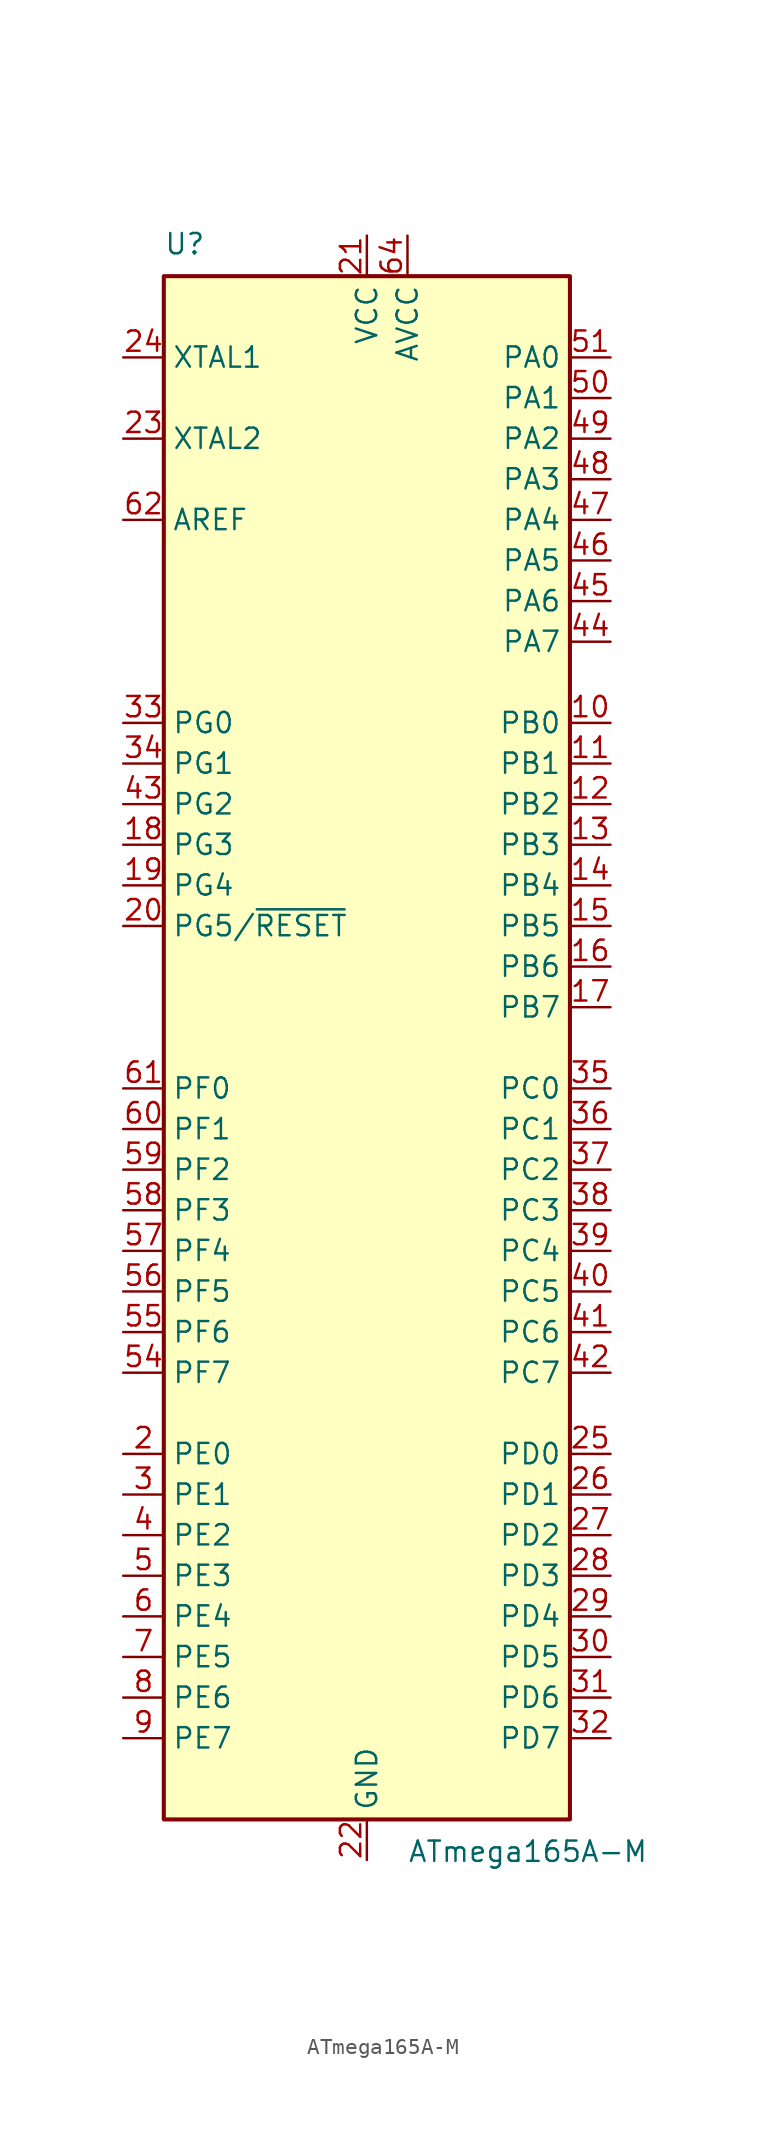
<source format=kicad_sym>
(kicad_symbol_lib
  (version 20201005)
  (generator kicad_symbol_editor)
  (symbol "ATmega165A-M"
    (property "Reference" "U"
      (at -12.7 49.53 0)
      (effects (font (size 1.27 1.27)) (justify left bottom)))
    (property "Value" "ATmega165A-M"
      (at 2.54 -49.53 0)
      (effects (font (size 1.27 1.27)) (justify left top)))
    (symbol "ATmega165A-M_0_1"
      (rectangle (start -12.7 -48.26) (end 12.7 48.26) (stroke (width 0.254)) (fill (type background))))
    (symbol "ATmega165A-M_1_1"
      (pin no_connect line (at -12.7 -45.72 0) (length 2.54) hide (name "NC" (effects (font (size 1.27 1.27)))) (number "1" (effects (font (size 1.27 1.27)))))
      (pin bidirectional line (at 15.24 20.32 180) (length 2.54) (name "PB0" (effects (font (size 1.27 1.27)))) (number "10" (effects (font (size 1.27 1.27)))))
      (pin bidirectional line (at 15.24 17.78 180) (length 2.54) (name "PB1" (effects (font (size 1.27 1.27)))) (number "11" (effects (font (size 1.27 1.27)))))
      (pin bidirectional line (at 15.24 15.24 180) (length 2.54) (name "PB2" (effects (font (size 1.27 1.27)))) (number "12" (effects (font (size 1.27 1.27)))))
      (pin bidirectional line (at 15.24 12.7 180) (length 2.54) (name "PB3" (effects (font (size 1.27 1.27)))) (number "13" (effects (font (size 1.27 1.27)))))
      (pin bidirectional line (at 15.24 10.16 180) (length 2.54) (name "PB4" (effects (font (size 1.27 1.27)))) (number "14" (effects (font (size 1.27 1.27)))))
      (pin bidirectional line (at 15.24 7.62 180) (length 2.54) (name "PB5" (effects (font (size 1.27 1.27)))) (number "15" (effects (font (size 1.27 1.27)))))
      (pin bidirectional line (at 15.24 5.08 180) (length 2.54) (name "PB6" (effects (font (size 1.27 1.27)))) (number "16" (effects (font (size 1.27 1.27)))))
      (pin bidirectional line (at 15.24 2.54 180) (length 2.54) (name "PB7" (effects (font (size 1.27 1.27)))) (number "17" (effects (font (size 1.27 1.27)))))
      (pin bidirectional line (at -15.24 12.7 0) (length 2.54) (name "PG3" (effects (font (size 1.27 1.27)))) (number "18" (effects (font (size 1.27 1.27)))))
      (pin bidirectional line (at -15.24 10.16 0) (length 2.54) (name "PG4" (effects (font (size 1.27 1.27)))) (number "19" (effects (font (size 1.27 1.27)))))
      (pin bidirectional line (at -15.24 -25.4 0) (length 2.54) (name "PE0" (effects (font (size 1.27 1.27)))) (number "2" (effects (font (size 1.27 1.27)))))
      (pin bidirectional line (at -15.24 7.62 0) (length 2.54) (name "PG5/~RESET" (effects (font (size 1.27 1.27)))) (number "20" (effects (font (size 1.27 1.27)))))
      (pin power_in line (at 0 50.8 270) (length 2.54) (name "VCC" (effects (font (size 1.27 1.27)))) (number "21" (effects (font (size 1.27 1.27)))))
      (pin power_in line (at 0 -50.8 90) (length 2.54) (name "GND" (effects (font (size 1.27 1.27)))) (number "22" (effects (font (size 1.27 1.27)))))
      (pin output line (at -15.24 38.1 0) (length 2.54) (name "XTAL2" (effects (font (size 1.27 1.27)))) (number "23" (effects (font (size 1.27 1.27)))))
      (pin input line (at -15.24 43.18 0) (length 2.54) (name "XTAL1" (effects (font (size 1.27 1.27)))) (number "24" (effects (font (size 1.27 1.27)))))
      (pin bidirectional line (at 15.24 -25.4 180) (length 2.54) (name "PD0" (effects (font (size 1.27 1.27)))) (number "25" (effects (font (size 1.27 1.27)))))
      (pin bidirectional line (at 15.24 -27.94 180) (length 2.54) (name "PD1" (effects (font (size 1.27 1.27)))) (number "26" (effects (font (size 1.27 1.27)))))
      (pin bidirectional line (at 15.24 -30.48 180) (length 2.54) (name "PD2" (effects (font (size 1.27 1.27)))) (number "27" (effects (font (size 1.27 1.27)))))
      (pin bidirectional line (at 15.24 -33.02 180) (length 2.54) (name "PD3" (effects (font (size 1.27 1.27)))) (number "28" (effects (font (size 1.27 1.27)))))
      (pin bidirectional line (at 15.24 -35.56 180) (length 2.54) (name "PD4" (effects (font (size 1.27 1.27)))) (number "29" (effects (font (size 1.27 1.27)))))
      (pin bidirectional line (at -15.24 -27.94 0) (length 2.54) (name "PE1" (effects (font (size 1.27 1.27)))) (number "3" (effects (font (size 1.27 1.27)))))
      (pin bidirectional line (at 15.24 -38.1 180) (length 2.54) (name "PD5" (effects (font (size 1.27 1.27)))) (number "30" (effects (font (size 1.27 1.27)))))
      (pin bidirectional line (at 15.24 -40.64 180) (length 2.54) (name "PD6" (effects (font (size 1.27 1.27)))) (number "31" (effects (font (size 1.27 1.27)))))
      (pin bidirectional line (at 15.24 -43.18 180) (length 2.54) (name "PD7" (effects (font (size 1.27 1.27)))) (number "32" (effects (font (size 1.27 1.27)))))
      (pin bidirectional line (at -15.24 20.32 0) (length 2.54) (name "PG0" (effects (font (size 1.27 1.27)))) (number "33" (effects (font (size 1.27 1.27)))))
      (pin bidirectional line (at -15.24 17.78 0) (length 2.54) (name "PG1" (effects (font (size 1.27 1.27)))) (number "34" (effects (font (size 1.27 1.27)))))
      (pin bidirectional line (at 15.24 -2.54 180) (length 2.54) (name "PC0" (effects (font (size 1.27 1.27)))) (number "35" (effects (font (size 1.27 1.27)))))
      (pin bidirectional line (at 15.24 -5.08 180) (length 2.54) (name "PC1" (effects (font (size 1.27 1.27)))) (number "36" (effects (font (size 1.27 1.27)))))
      (pin bidirectional line (at 15.24 -7.62 180) (length 2.54) (name "PC2" (effects (font (size 1.27 1.27)))) (number "37" (effects (font (size 1.27 1.27)))))
      (pin bidirectional line (at 15.24 -10.16 180) (length 2.54) (name "PC3" (effects (font (size 1.27 1.27)))) (number "38" (effects (font (size 1.27 1.27)))))
      (pin bidirectional line (at 15.24 -12.7 180) (length 2.54) (name "PC4" (effects (font (size 1.27 1.27)))) (number "39" (effects (font (size 1.27 1.27)))))
      (pin bidirectional line (at -15.24 -30.48 0) (length 2.54) (name "PE2" (effects (font (size 1.27 1.27)))) (number "4" (effects (font (size 1.27 1.27)))))
      (pin bidirectional line (at 15.24 -15.24 180) (length 2.54) (name "PC5" (effects (font (size 1.27 1.27)))) (number "40" (effects (font (size 1.27 1.27)))))
      (pin bidirectional line (at 15.24 -17.78 180) (length 2.54) (name "PC6" (effects (font (size 1.27 1.27)))) (number "41" (effects (font (size 1.27 1.27)))))
      (pin bidirectional line (at 15.24 -20.32 180) (length 2.54) (name "PC7" (effects (font (size 1.27 1.27)))) (number "42" (effects (font (size 1.27 1.27)))))
      (pin bidirectional line (at -15.24 15.24 0) (length 2.54) (name "PG2" (effects (font (size 1.27 1.27)))) (number "43" (effects (font (size 1.27 1.27)))))
      (pin bidirectional line (at 15.24 25.4 180) (length 2.54) (name "PA7" (effects (font (size 1.27 1.27)))) (number "44" (effects (font (size 1.27 1.27)))))
      (pin bidirectional line (at 15.24 27.94 180) (length 2.54) (name "PA6" (effects (font (size 1.27 1.27)))) (number "45" (effects (font (size 1.27 1.27)))))
      (pin bidirectional line (at 15.24 30.48 180) (length 2.54) (name "PA5" (effects (font (size 1.27 1.27)))) (number "46" (effects (font (size 1.27 1.27)))))
      (pin bidirectional line (at 15.24 33.02 180) (length 2.54) (name "PA4" (effects (font (size 1.27 1.27)))) (number "47" (effects (font (size 1.27 1.27)))))
      (pin bidirectional line (at 15.24 35.56 180) (length 2.54) (name "PA3" (effects (font (size 1.27 1.27)))) (number "48" (effects (font (size 1.27 1.27)))))
      (pin bidirectional line (at 15.24 38.1 180) (length 2.54) (name "PA2" (effects (font (size 1.27 1.27)))) (number "49" (effects (font (size 1.27 1.27)))))
      (pin bidirectional line (at -15.24 -33.02 0) (length 2.54) (name "PE3" (effects (font (size 1.27 1.27)))) (number "5" (effects (font (size 1.27 1.27)))))
      (pin bidirectional line (at 15.24 40.64 180) (length 2.54) (name "PA1" (effects (font (size 1.27 1.27)))) (number "50" (effects (font (size 1.27 1.27)))))
      (pin bidirectional line (at 15.24 43.18 180) (length 2.54) (name "PA0" (effects (font (size 1.27 1.27)))) (number "51" (effects (font (size 1.27 1.27)))))
      (pin passive line (at 0 50.8 270) (length 2.54) hide (name "VCC" (effects (font (size 1.27 1.27)))) (number "52" (effects (font (size 1.27 1.27)))))
      (pin passive line (at 0 -50.8 90) (length 2.54) hide (name "GND" (effects (font (size 1.27 1.27)))) (number "53" (effects (font (size 1.27 1.27)))))
      (pin bidirectional line (at -15.24 -20.32 0) (length 2.54) (name "PF7" (effects (font (size 1.27 1.27)))) (number "54" (effects (font (size 1.27 1.27)))))
      (pin bidirectional line (at -15.24 -17.78 0) (length 2.54) (name "PF6" (effects (font (size 1.27 1.27)))) (number "55" (effects (font (size 1.27 1.27)))))
      (pin bidirectional line (at -15.24 -15.24 0) (length 2.54) (name "PF5" (effects (font (size 1.27 1.27)))) (number "56" (effects (font (size 1.27 1.27)))))
      (pin bidirectional line (at -15.24 -12.7 0) (length 2.54) (name "PF4" (effects (font (size 1.27 1.27)))) (number "57" (effects (font (size 1.27 1.27)))))
      (pin bidirectional line (at -15.24 -10.16 0) (length 2.54) (name "PF3" (effects (font (size 1.27 1.27)))) (number "58" (effects (font (size 1.27 1.27)))))
      (pin bidirectional line (at -15.24 -7.62 0) (length 2.54) (name "PF2" (effects (font (size 1.27 1.27)))) (number "59" (effects (font (size 1.27 1.27)))))
      (pin bidirectional line (at -15.24 -35.56 0) (length 2.54) (name "PE4" (effects (font (size 1.27 1.27)))) (number "6" (effects (font (size 1.27 1.27)))))
      (pin bidirectional line (at -15.24 -5.08 0) (length 2.54) (name "PF1" (effects (font (size 1.27 1.27)))) (number "60" (effects (font (size 1.27 1.27)))))
      (pin bidirectional line (at -15.24 -2.54 0) (length 2.54) (name "PF0" (effects (font (size 1.27 1.27)))) (number "61" (effects (font (size 1.27 1.27)))))
      (pin passive line (at -15.24 33.02 0) (length 2.54) (name "AREF" (effects (font (size 1.27 1.27)))) (number "62" (effects (font (size 1.27 1.27)))))
      (pin passive line (at 0 -50.8 90) (length 2.54) hide (name "GND" (effects (font (size 1.27 1.27)))) (number "63" (effects (font (size 1.27 1.27)))))
      (pin power_in line (at 2.54 50.8 270) (length 2.54) (name "AVCC" (effects (font (size 1.27 1.27)))) (number "64" (effects (font (size 1.27 1.27)))))
      (pin passive line (at 0 -50.8 90) (length 2.54) hide (name "GND" (effects (font (size 1.27 1.27)))) (number "65" (effects (font (size 1.27 1.27)))))
      (pin bidirectional line (at -15.24 -38.1 0) (length 2.54) (name "PE5" (effects (font (size 1.27 1.27)))) (number "7" (effects (font (size 1.27 1.27)))))
      (pin bidirectional line (at -15.24 -40.64 0) (length 2.54) (name "PE6" (effects (font (size 1.27 1.27)))) (number "8" (effects (font (size 1.27 1.27)))))
      (pin bidirectional line (at -15.24 -43.18 0) (length 2.54) (name "PE7" (effects (font (size 1.27 1.27)))) (number "9" (effects (font (size 1.27 1.27))))))))
</source>
